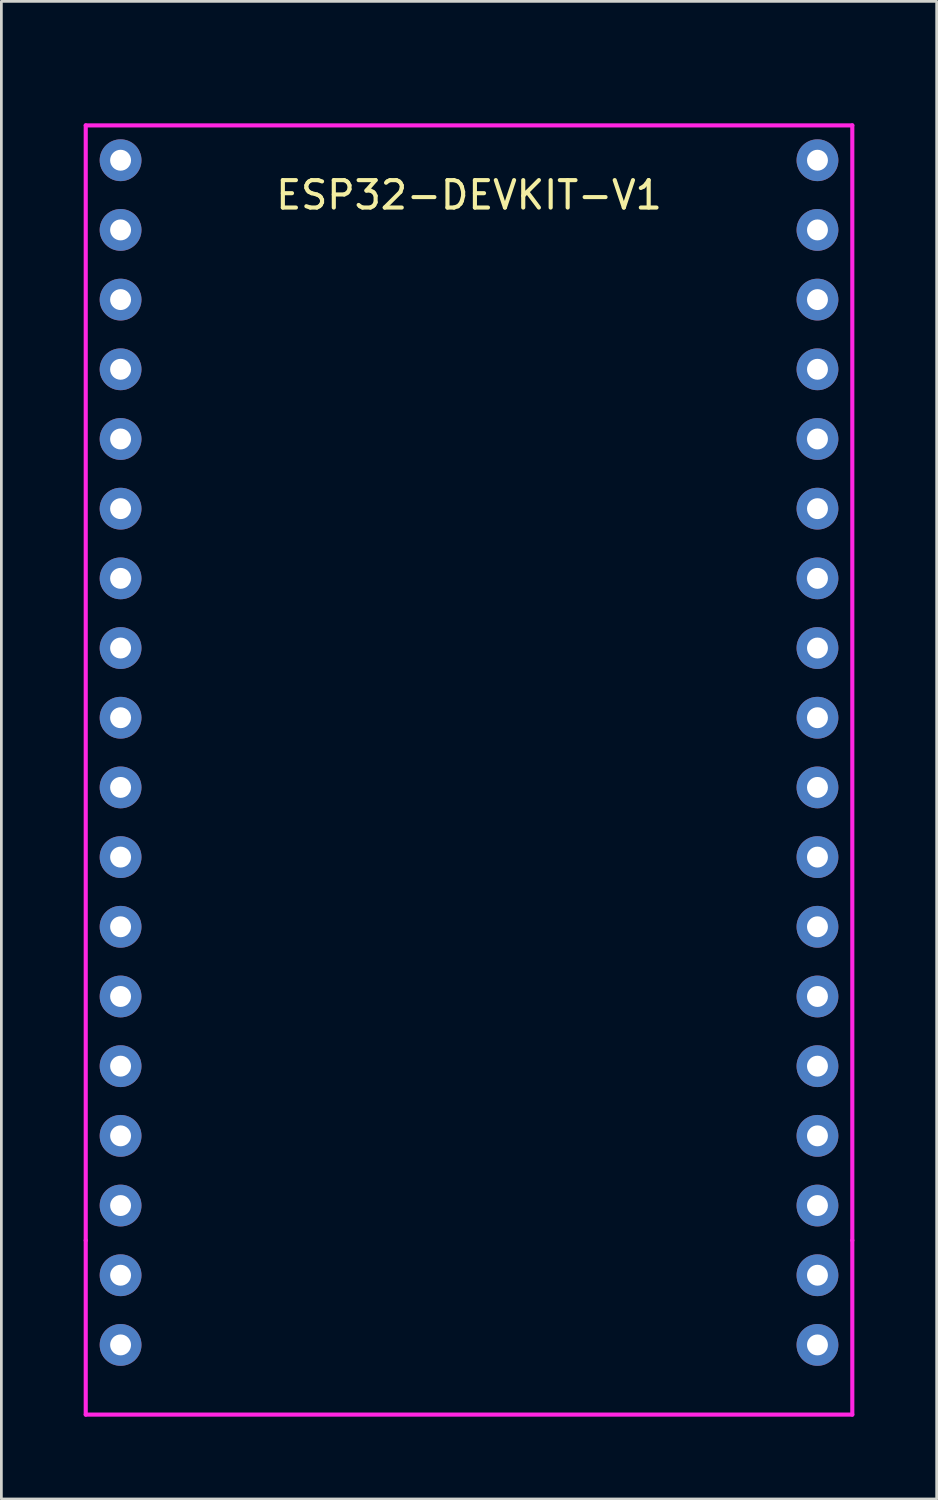
<source format=kicad_pcb>
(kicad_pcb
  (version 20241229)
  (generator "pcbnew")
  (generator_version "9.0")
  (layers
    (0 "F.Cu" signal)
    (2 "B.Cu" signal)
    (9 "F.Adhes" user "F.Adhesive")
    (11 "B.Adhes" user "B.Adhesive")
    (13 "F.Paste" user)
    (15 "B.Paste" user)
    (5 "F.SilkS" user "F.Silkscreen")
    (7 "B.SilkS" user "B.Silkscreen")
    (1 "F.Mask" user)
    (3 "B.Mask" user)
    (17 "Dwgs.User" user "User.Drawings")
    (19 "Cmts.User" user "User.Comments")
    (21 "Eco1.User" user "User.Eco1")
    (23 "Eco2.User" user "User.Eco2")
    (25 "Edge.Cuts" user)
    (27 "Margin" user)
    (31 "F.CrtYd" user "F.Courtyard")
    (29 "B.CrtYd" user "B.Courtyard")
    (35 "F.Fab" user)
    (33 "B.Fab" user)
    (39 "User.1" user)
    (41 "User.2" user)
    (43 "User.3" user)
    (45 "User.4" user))
  (footprint "ESP32-DEVKIT-V1"
    (layer "F.Cu")
    (at 14.045 0.25)
    (property "Reference" "ESP32-DEVKIT-V1" (at 0 3.81 0) (layer "F.SilkS") (effects (font (size 1 1) (thickness 0.15))))
    (attr through_hole)
    (fp_line (start -13.97 1.27) (end 13.97 1.27) (stroke (width 0.15) (type solid)) (layer "F.CrtYd"))
    (fp_line (start -13.97 41.91) (end -13.97 1.27) (stroke (width 0.15) (type solid)) (layer "F.CrtYd"))
    (fp_line (start -13.97 41.91) (end -13.97 48.26) (stroke (width 0.15) (type solid)) (layer "F.CrtYd"))
    (fp_line (start -13.97 48.26) (end 13.97 48.26) (stroke (width 0.15) (type solid)) (layer "F.CrtYd"))
    (fp_line (start 13.97 1.27) (end 13.97 41.91) (stroke (width 0.15) (type solid)) (layer "F.CrtYd"))
    (fp_line (start 13.97 48.26) (end 13.97 41.91) (stroke (width 0.15) (type solid)) (layer "F.CrtYd"))
    (pad "1" thru_hole circle (at -12.7 2.54) (size 1.524 1.524) (drill 0.762) (layers "*.Cu" "*.Mask"))
    (pad "2" thru_hole circle (at -12.7 5.08) (size 1.524 1.524) (drill 0.762) (layers "*.Cu" "*.Mask"))
    (pad "3" thru_hole circle (at -12.7 7.62) (size 1.524 1.524) (drill 0.762) (layers "*.Cu" "*.Mask"))
    (pad "4" thru_hole circle (at -12.7 10.16) (size 1.524 1.524) (drill 0.762) (layers "*.Cu" "*.Mask"))
    (pad "5" thru_hole circle (at -12.7 12.7) (size 1.524 1.524) (drill 0.762) (layers "*.Cu" "*.Mask"))
    (pad "6" thru_hole circle (at -12.7 15.24) (size 1.524 1.524) (drill 0.762) (layers "*.Cu" "*.Mask"))
    (pad "7" thru_hole circle (at -12.7 17.78) (size 1.524 1.524) (drill 0.762) (layers "*.Cu" "*.Mask"))
    (pad "8" thru_hole circle (at -12.7 20.32) (size 1.524 1.524) (drill 0.762) (layers "*.Cu" "*.Mask"))
    (pad "9" thru_hole circle (at -12.7 22.86) (size 1.524 1.524) (drill 0.762) (layers "*.Cu" "*.Mask"))
    (pad "10" thru_hole circle (at -12.7 25.4) (size 1.524 1.524) (drill 0.762) (layers "*.Cu" "*.Mask"))
    (pad "11" thru_hole circle (at -12.7 27.94) (size 1.524 1.524) (drill 0.762) (layers "*.Cu" "*.Mask"))
    (pad "12" thru_hole circle (at -12.7 30.48) (size 1.524 1.524) (drill 0.762) (layers "*.Cu" "*.Mask"))
    (pad "13" thru_hole circle (at -12.7 33.02) (size 1.524 1.524) (drill 0.762) (layers "*.Cu" "*.Mask"))
    (pad "14" thru_hole circle (at -12.7 35.56) (size 1.524 1.524) (drill 0.762) (layers "*.Cu" "*.Mask"))
    (pad "15" thru_hole circle (at -12.7 38.1) (size 1.524 1.524) (drill 0.762) (layers "*.Cu" "*.Mask"))
    (pad "16" thru_hole circle (at -12.7 40.64) (size 1.524 1.524) (drill 0.762) (layers "*.Cu" "*.Mask"))
    (pad "17" thru_hole circle (at -12.7 43.18) (size 1.524 1.524) (drill 0.762) (layers "*.Cu" "*.Mask"))
    (pad "18" thru_hole circle (at -12.7 45.72) (size 1.524 1.524) (drill 0.762) (layers "*.Cu" "*.Mask"))
    (pad "19" thru_hole circle (at 12.7 45.72) (size 1.524 1.524) (drill 0.762) (layers "*.Cu" "*.Mask"))
    (pad "20" thru_hole circle (at 12.7 43.18) (size 1.524 1.524) (drill 0.762) (layers "*.Cu" "*.Mask"))
    (pad "21" thru_hole circle (at 12.7 40.64) (size 1.524 1.524) (drill 0.762) (layers "*.Cu" "*.Mask"))
    (pad "22" thru_hole circle (at 12.7 38.1) (size 1.524 1.524) (drill 0.762) (layers "*.Cu" "*.Mask"))
    (pad "23" thru_hole circle (at 12.7 35.56) (size 1.524 1.524) (drill 0.762) (layers "*.Cu" "*.Mask"))
    (pad "24" thru_hole circle (at 12.7 33.02) (size 1.524 1.524) (drill 0.762) (layers "*.Cu" "*.Mask"))
    (pad "25" thru_hole circle (at 12.7 30.48) (size 1.524 1.524) (drill 0.762) (layers "*.Cu" "*.Mask"))
    (pad "26" thru_hole circle (at 12.7 27.94) (size 1.524 1.524) (drill 0.762) (layers "*.Cu" "*.Mask"))
    (pad "27" thru_hole circle (at 12.7 25.4) (size 1.524 1.524) (drill 0.762) (layers "*.Cu" "*.Mask"))
    (pad "28" thru_hole circle (at 12.7 22.86) (size 1.524 1.524) (drill 0.762) (layers "*.Cu" "*.Mask"))
    (pad "29" thru_hole circle (at 12.7 20.32) (size 1.524 1.524) (drill 0.762) (layers "*.Cu" "*.Mask"))
    (pad "30" thru_hole circle (at 12.7 17.78) (size 1.524 1.524) (drill 0.762) (layers "*.Cu" "*.Mask"))
    (pad "31" thru_hole circle (at 12.7 15.24) (size 1.524 1.524) (drill 0.762) (layers "*.Cu" "*.Mask"))
    (pad "32" thru_hole circle (at 12.7 12.7) (size 1.524 1.524) (drill 0.762) (layers "*.Cu" "*.Mask"))
    (pad "33" thru_hole circle (at 12.7 10.16) (size 1.524 1.524) (drill 0.762) (layers "*.Cu" "*.Mask"))
    (pad "34" thru_hole circle (at 12.7 7.62) (size 1.524 1.524) (drill 0.762) (layers "*.Cu" "*.Mask"))
    (pad "35" thru_hole circle (at 12.7 5.08) (size 1.524 1.524) (drill 0.762) (layers "*.Cu" "*.Mask"))
    (pad "36" thru_hole circle (at 12.7 2.54) (size 1.524 1.524) (drill 0.762) (layers "*.Cu" "*.Mask")))
  (gr_rect
    (start -3 -3)
    (end 31.09 51.585)
    (stroke (width 0.1) (type default))
    (fill no)
    (layer "Edge.Cuts")))
</source>
